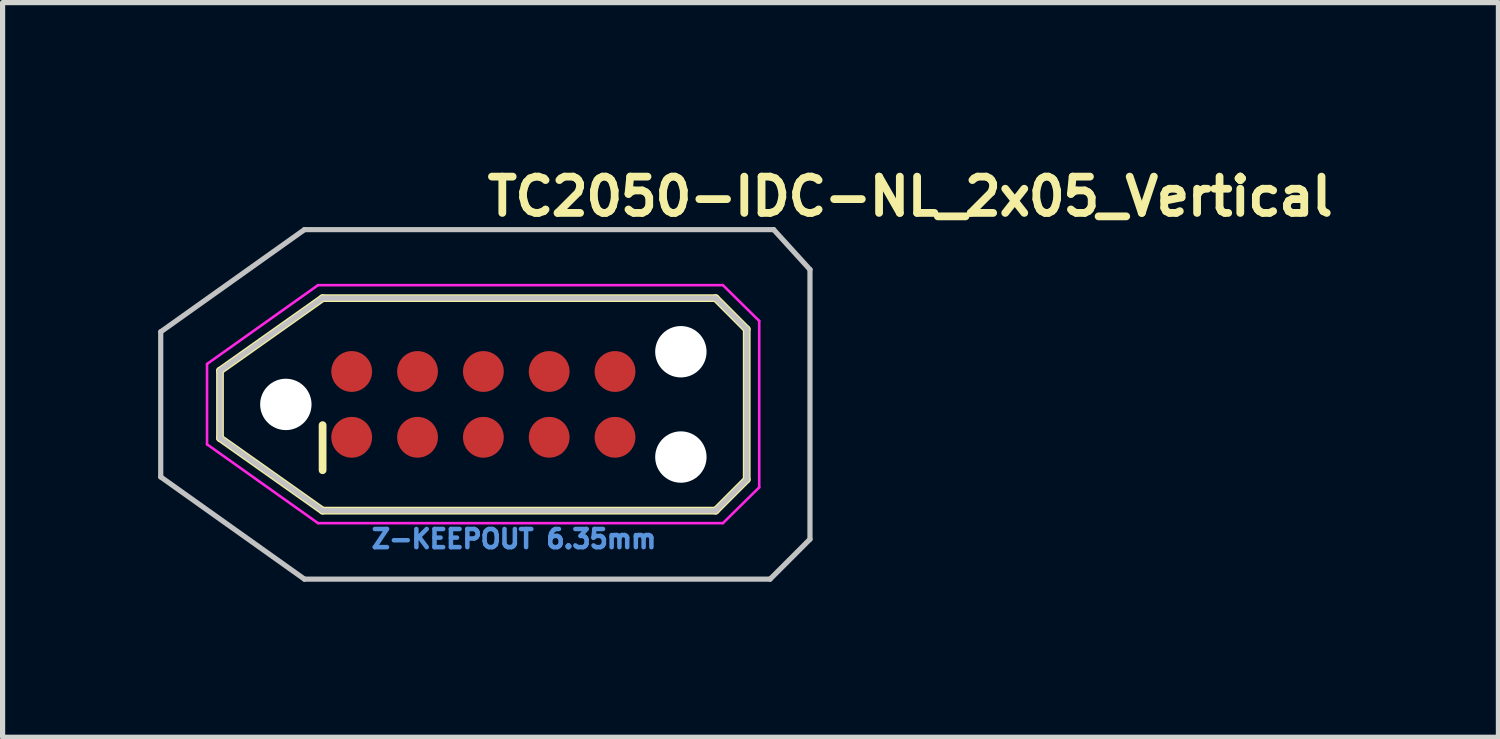
<source format=kicad_pcb>
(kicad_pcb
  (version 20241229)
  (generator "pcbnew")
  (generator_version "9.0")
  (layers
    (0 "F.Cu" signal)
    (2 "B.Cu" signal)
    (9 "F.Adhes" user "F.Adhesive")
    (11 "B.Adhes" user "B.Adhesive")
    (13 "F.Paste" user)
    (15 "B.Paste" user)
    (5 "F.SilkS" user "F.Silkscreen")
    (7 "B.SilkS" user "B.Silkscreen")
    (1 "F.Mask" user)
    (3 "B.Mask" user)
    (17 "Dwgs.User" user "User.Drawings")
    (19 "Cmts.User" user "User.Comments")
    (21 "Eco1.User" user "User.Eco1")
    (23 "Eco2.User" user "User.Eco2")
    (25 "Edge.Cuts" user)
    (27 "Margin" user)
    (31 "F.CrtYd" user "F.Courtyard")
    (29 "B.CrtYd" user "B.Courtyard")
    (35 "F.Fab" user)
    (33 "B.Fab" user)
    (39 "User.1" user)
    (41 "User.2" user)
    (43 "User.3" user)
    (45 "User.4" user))
  (footprint "TC2050-IDC-NL_2x05_Vertical"
    (layer "F.Cu")
    (at 6.273 4.75)
    (property "Reference" "TC2050-IDC-NL_2x05_Vertical" (at 0 -3.6 0) (layer "F.SilkS") (effects (font (size 0.7 0.7) (thickness 0.15)) (justify left bottom)))
    (attr through_hole exclude_from_pos_files exclude_from_bom)
    (fp_line (start -5.08 -0.651) (end -3.101 -2.05) (stroke (width 0.15) (type solid)) (layer "F.SilkS"))
    (fp_line (start -5.08 0.65) (end -5.08 -0.651) (stroke (width 0.15) (type solid)) (layer "F.SilkS"))
    (fp_line (start -3.101 -2.05) (end 4.48 -2.05) (stroke (width 0.15) (type solid)) (layer "F.SilkS"))
    (fp_line (start -3.101 1.269) (end -3.101 0.4) (stroke (width 0.15) (type solid)) (layer "F.SilkS"))
    (fp_line (start -3.101 2.049) (end -5.08 0.65) (stroke (width 0.15) (type solid)) (layer "F.SilkS"))
    (fp_line (start 4.48 -2.05) (end 5.079 -1.45) (stroke (width 0.15) (type solid)) (layer "F.SilkS"))
    (fp_line (start 4.48 2.049) (end -3.101 2.049) (stroke (width 0.15) (type solid)) (layer "F.SilkS"))
    (fp_line (start 4.48 2.049) (end 5.079 1.449) (stroke (width 0.15) (type solid)) (layer "F.SilkS"))
    (fp_line (start 5.079 -1.45) (end 5.079 1.449) (stroke (width 0.15) (type solid)) (layer "F.SilkS"))
    (fp_line (start -6.223 -1.4) (end -3.451 -3.371) (stroke (width 0.1) (type solid)) (layer "Dwgs.User"))
    (fp_line (start -6.223 1.399) (end -6.223 -1.4) (stroke (width 0.1) (type solid)) (layer "Dwgs.User"))
    (fp_line (start -6.223 1.399) (end -3.451 3.37) (stroke (width 0.1) (type solid)) (layer "Dwgs.User"))
    (fp_line (start -5.08 -0.651) (end -3.101 -2.05) (stroke (width 0.1) (type solid)) (layer "Dwgs.User"))
    (fp_line (start -5.08 0.65) (end -5.08 -0.651) (stroke (width 0.1) (type solid)) (layer "Dwgs.User"))
    (fp_line (start -3.451 -3.371) (end 5.599 -3.371) (stroke (width 0.1) (type solid)) (layer "Dwgs.User"))
    (fp_line (start -3.101 -2.05) (end 4.48 -2.05) (stroke (width 0.1) (type solid)) (layer "Dwgs.User"))
    (fp_line (start -3.101 2.049) (end -5.08 0.65) (stroke (width 0.1) (type solid)) (layer "Dwgs.User"))
    (fp_line (start 4.48 -2.05) (end 5.079 -1.45) (stroke (width 0.1) (type solid)) (layer "Dwgs.User"))
    (fp_line (start 4.48 2.049) (end -3.101 2.049) (stroke (width 0.1) (type solid)) (layer "Dwgs.User"))
    (fp_line (start 4.48 2.049) (end 5.079 1.449) (stroke (width 0.1) (type solid)) (layer "Dwgs.User"))
    (fp_line (start 5.079 -1.45) (end 5.079 1.449) (stroke (width 0.1) (type solid)) (layer "Dwgs.User"))
    (fp_line (start 5.53 3.37) (end -3.451 3.37) (stroke (width 0.1) (type solid)) (layer "Dwgs.User"))
    (fp_line (start 5.53 3.37) (end 6.299 2.6) (stroke (width 0.1) (type solid)) (layer "Dwgs.User"))
    (fp_line (start 5.599 -3.371) (end 6.299 -2.601) (stroke (width 0.1) (type solid)) (layer "Dwgs.User"))
    (fp_line (start 6.299 -2.601) (end 6.299 2.6) (stroke (width 0.1) (type solid)) (layer "Dwgs.User"))
    (fp_line (start -5.33 -0.78) (end -3.19 -2.3) (stroke (width 0.05) (type solid)) (layer "F.CrtYd"))
    (fp_line (start -5.33 0.77) (end -5.33 -0.78) (stroke (width 0.05) (type solid)) (layer "F.CrtYd"))
    (fp_line (start -3.19 -2.3) (end 4.62 -2.3) (stroke (width 0.05) (type solid)) (layer "F.CrtYd"))
    (fp_line (start -3.19 2.29) (end -5.33 0.77) (stroke (width 0.05) (type solid)) (layer "F.CrtYd"))
    (fp_line (start 4.62 -2.3) (end 5.32 -1.61) (stroke (width 0.05) (type solid)) (layer "F.CrtYd"))
    (fp_line (start 4.62 2.29) (end -3.19 2.29) (stroke (width 0.05) (type solid)) (layer "F.CrtYd"))
    (fp_line (start 4.62 2.29) (end 5.32 1.6) (stroke (width 0.05) (type solid)) (layer "F.CrtYd"))
    (fp_line (start 5.32 -1.61) (end 5.32 1.6) (stroke (width 0.05) (type solid)) (layer "F.CrtYd"))
    (fp_text user "Z-KEEPOUT 6.35mm" (at -2.2 2.8 0) (layer "Cmts.User") (effects (font (size 0.35 0.35) (thickness 0.087)) (justify left bottom)))
    (pad "" np_thru_hole circle (at -3.81 0) (size 0.991 0.991) (drill 0.991) (layers "*.Cu" "*.Mask"))
    (pad "" np_thru_hole circle (at 3.809 -1.016) (size 0.991 0.991) (drill 0.991) (layers "*.Cu" "*.Mask"))
    (pad "" np_thru_hole circle (at 3.809 1.015) (size 0.991 0.991) (drill 0.991) (layers "*.Cu" "*.Mask"))
    (pad "1" connect circle (at -2.54 0.634) (size 0.787 0.787) (layers "F.Cu" "F.Mask"))
    (pad "2" connect circle (at -1.27 0.634) (size 0.787 0.787) (layers "F.Cu" "F.Mask"))
    (pad "3" connect circle (at 0 0.634) (size 0.787 0.787) (layers "F.Cu" "F.Mask"))
    (pad "4" connect circle (at 1.269 0.634) (size 0.787 0.787) (layers "F.Cu" "F.Mask"))
    (pad "5" connect circle (at 2.539 0.634) (size 0.787 0.787) (layers "F.Cu" "F.Mask"))
    (pad "6" connect circle (at 2.539 -0.635) (size 0.787 0.787) (layers "F.Cu" "F.Mask"))
    (pad "7" connect circle (at 1.269 -0.635) (size 0.787 0.787) (layers "F.Cu" "F.Mask"))
    (pad "8" connect circle (at 0 -0.635) (size 0.787 0.787) (layers "F.Cu" "F.Mask"))
    (pad "9" connect circle (at -1.27 -0.635) (size 0.787 0.787) (layers "F.Cu" "F.Mask"))
    (pad "10" connect circle (at -2.54 -0.635) (size 0.787 0.787) (layers "F.Cu" "F.Mask")))
  (gr_rect
    (start -3 -3)
    (end 25.85 11.17)
    (stroke (width 0.1) (type default))
    (fill no)
    (layer "Edge.Cuts")))
</source>
